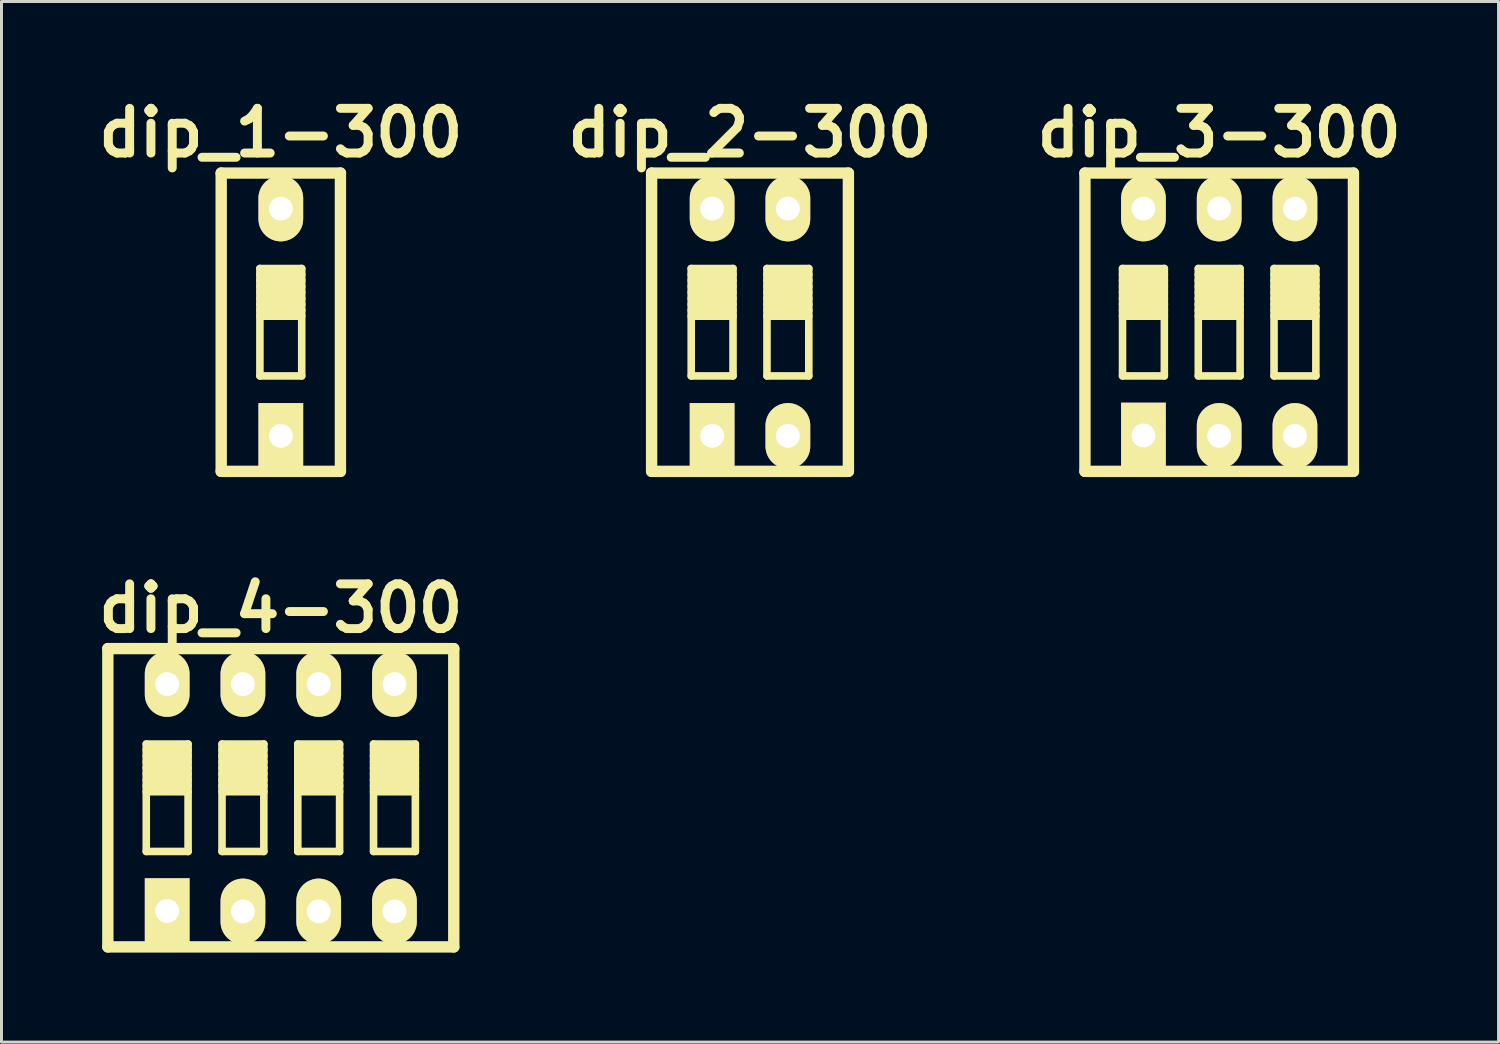
<source format=kicad_pcb>
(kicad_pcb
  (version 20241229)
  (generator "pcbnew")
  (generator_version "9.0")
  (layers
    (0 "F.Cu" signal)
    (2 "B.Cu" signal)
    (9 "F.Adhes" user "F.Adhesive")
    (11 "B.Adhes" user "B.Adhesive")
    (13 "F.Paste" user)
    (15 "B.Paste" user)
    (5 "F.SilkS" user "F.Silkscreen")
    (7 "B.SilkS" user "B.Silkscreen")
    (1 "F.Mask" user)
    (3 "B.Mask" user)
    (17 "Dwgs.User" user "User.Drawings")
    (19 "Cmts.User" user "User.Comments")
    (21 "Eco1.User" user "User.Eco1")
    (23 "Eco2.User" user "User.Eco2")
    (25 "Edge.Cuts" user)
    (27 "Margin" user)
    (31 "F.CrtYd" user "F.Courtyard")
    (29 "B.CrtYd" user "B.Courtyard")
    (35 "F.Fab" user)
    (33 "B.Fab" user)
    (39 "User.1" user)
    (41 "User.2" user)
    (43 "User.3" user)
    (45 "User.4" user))
  (footprint "dip_4-300"
    (layer "F.Cu")
    (at 6.365 23.697)
    (property "Reference" "dip_4-300" (at 0 -6.35 0) (layer "F.SilkS") (effects (font (size 1.499 1.499) (thickness 0.3))))
    (attr through_hole)
    (fp_line (start -5.799 -5.001) (end 5.799 -5.001) (stroke (width 0.381) (type solid)) (layer "F.SilkS"))
    (fp_line (start -5.799 5.001) (end -5.799 -5.001) (stroke (width 0.381) (type solid)) (layer "F.SilkS"))
    (fp_line (start -4.511 -1.801) (end -4.511 1.801) (stroke (width 0.254) (type solid)) (layer "F.SilkS"))
    (fp_line (start -4.511 -1.6) (end -3.109 -1.6) (stroke (width 0.254) (type solid)) (layer "F.SilkS"))
    (fp_line (start -4.511 -1.4) (end -3.109 -1.4) (stroke (width 0.254) (type solid)) (layer "F.SilkS"))
    (fp_line (start -4.511 -1.201) (end -3.109 -1.201) (stroke (width 0.254) (type solid)) (layer "F.SilkS"))
    (fp_line (start -4.511 -1.001) (end -3.109 -1.001) (stroke (width 0.254) (type solid)) (layer "F.SilkS"))
    (fp_line (start -4.511 -0.8) (end -3.109 -0.8) (stroke (width 0.254) (type solid)) (layer "F.SilkS"))
    (fp_line (start -4.511 -0.599) (end -3.109 -0.599) (stroke (width 0.254) (type solid)) (layer "F.SilkS"))
    (fp_line (start -4.511 -0.401) (end -3.109 -0.401) (stroke (width 0.254) (type solid)) (layer "F.SilkS"))
    (fp_line (start -4.511 -0.201) (end -3.109 -0.201) (stroke (width 0.254) (type solid)) (layer "F.SilkS"))
    (fp_line (start -4.511 1.801) (end -3.109 1.801) (stroke (width 0.254) (type solid)) (layer "F.SilkS"))
    (fp_line (start -3.109 -1.801) (end -4.511 -1.801) (stroke (width 0.254) (type solid)) (layer "F.SilkS"))
    (fp_line (start -3.109 1.801) (end -3.109 -1.801) (stroke (width 0.254) (type solid)) (layer "F.SilkS"))
    (fp_line (start -1.971 -1.801) (end -1.971 1.801) (stroke (width 0.254) (type solid)) (layer "F.SilkS"))
    (fp_line (start -1.971 -1.6) (end -0.569 -1.6) (stroke (width 0.254) (type solid)) (layer "F.SilkS"))
    (fp_line (start -1.971 -1.4) (end -0.569 -1.4) (stroke (width 0.254) (type solid)) (layer "F.SilkS"))
    (fp_line (start -1.971 -1.201) (end -0.569 -1.201) (stroke (width 0.254) (type solid)) (layer "F.SilkS"))
    (fp_line (start -1.971 -1.001) (end -0.569 -1.001) (stroke (width 0.254) (type solid)) (layer "F.SilkS"))
    (fp_line (start -1.971 -0.8) (end -0.569 -0.8) (stroke (width 0.254) (type solid)) (layer "F.SilkS"))
    (fp_line (start -1.971 -0.599) (end -0.569 -0.599) (stroke (width 0.254) (type solid)) (layer "F.SilkS"))
    (fp_line (start -1.971 -0.401) (end -0.569 -0.401) (stroke (width 0.254) (type solid)) (layer "F.SilkS"))
    (fp_line (start -1.971 -0.201) (end -0.569 -0.201) (stroke (width 0.254) (type solid)) (layer "F.SilkS"))
    (fp_line (start -1.971 1.801) (end -0.569 1.801) (stroke (width 0.254) (type solid)) (layer "F.SilkS"))
    (fp_line (start -0.569 -1.801) (end -1.971 -1.801) (stroke (width 0.254) (type solid)) (layer "F.SilkS"))
    (fp_line (start -0.569 1.801) (end -0.569 -1.801) (stroke (width 0.254) (type solid)) (layer "F.SilkS"))
    (fp_line (start 0.569 -1.801) (end 0.569 1.801) (stroke (width 0.254) (type solid)) (layer "F.SilkS"))
    (fp_line (start 0.569 -1.6) (end 1.971 -1.6) (stroke (width 0.254) (type solid)) (layer "F.SilkS"))
    (fp_line (start 0.569 -1.4) (end 1.971 -1.4) (stroke (width 0.254) (type solid)) (layer "F.SilkS"))
    (fp_line (start 0.569 -1.201) (end 1.971 -1.201) (stroke (width 0.254) (type solid)) (layer "F.SilkS"))
    (fp_line (start 0.569 -1.001) (end 1.971 -1.001) (stroke (width 0.254) (type solid)) (layer "F.SilkS"))
    (fp_line (start 0.569 -0.8) (end 1.971 -0.8) (stroke (width 0.254) (type solid)) (layer "F.SilkS"))
    (fp_line (start 0.569 -0.599) (end 1.971 -0.599) (stroke (width 0.254) (type solid)) (layer "F.SilkS"))
    (fp_line (start 0.569 -0.401) (end 1.971 -0.401) (stroke (width 0.254) (type solid)) (layer "F.SilkS"))
    (fp_line (start 0.569 -0.201) (end 1.971 -0.201) (stroke (width 0.254) (type solid)) (layer "F.SilkS"))
    (fp_line (start 0.569 1.801) (end 1.971 1.801) (stroke (width 0.254) (type solid)) (layer "F.SilkS"))
    (fp_line (start 1.971 -1.801) (end 0.569 -1.801) (stroke (width 0.254) (type solid)) (layer "F.SilkS"))
    (fp_line (start 1.971 1.801) (end 1.971 -1.801) (stroke (width 0.254) (type solid)) (layer "F.SilkS"))
    (fp_line (start 3.109 -1.801) (end 3.109 1.801) (stroke (width 0.254) (type solid)) (layer "F.SilkS"))
    (fp_line (start 3.109 -1.6) (end 4.511 -1.6) (stroke (width 0.254) (type solid)) (layer "F.SilkS"))
    (fp_line (start 3.109 -1.4) (end 4.511 -1.4) (stroke (width 0.254) (type solid)) (layer "F.SilkS"))
    (fp_line (start 3.109 -1.201) (end 4.511 -1.201) (stroke (width 0.254) (type solid)) (layer "F.SilkS"))
    (fp_line (start 3.109 -1.001) (end 4.511 -1.001) (stroke (width 0.254) (type solid)) (layer "F.SilkS"))
    (fp_line (start 3.109 -0.8) (end 4.511 -0.8) (stroke (width 0.254) (type solid)) (layer "F.SilkS"))
    (fp_line (start 3.109 -0.599) (end 4.511 -0.599) (stroke (width 0.254) (type solid)) (layer "F.SilkS"))
    (fp_line (start 3.109 -0.401) (end 4.511 -0.401) (stroke (width 0.254) (type solid)) (layer "F.SilkS"))
    (fp_line (start 3.109 -0.201) (end 4.511 -0.201) (stroke (width 0.254) (type solid)) (layer "F.SilkS"))
    (fp_line (start 3.109 1.801) (end 4.511 1.801) (stroke (width 0.254) (type solid)) (layer "F.SilkS"))
    (fp_line (start 4.511 -1.801) (end 3.109 -1.801) (stroke (width 0.254) (type solid)) (layer "F.SilkS"))
    (fp_line (start 4.511 1.801) (end 4.511 -1.801) (stroke (width 0.254) (type solid)) (layer "F.SilkS"))
    (fp_line (start 5.799 -4.999) (end 5.799 5.001) (stroke (width 0.381) (type solid)) (layer "F.SilkS"))
    (fp_line (start 5.799 5.001) (end -5.799 5.001) (stroke (width 0.381) (type solid)) (layer "F.SilkS"))
    (pad "1" thru_hole rect (at -3.81 3.797) (size 1.499 2.197) (drill 0.8) (layers "*.Cu" "*.Mask" "F.SilkS"))
    (pad "2" thru_hole oval (at -1.27 3.81) (size 1.499 2.197) (drill 0.8) (layers "*.Cu" "*.Mask" "F.SilkS"))
    (pad "3" thru_hole oval (at 1.27 3.81) (size 1.499 2.197) (drill 0.8) (layers "*.Cu" "*.Mask" "F.SilkS"))
    (pad "4" thru_hole oval (at 3.81 3.81) (size 1.499 2.197) (drill 0.8) (layers "*.Cu" "*.Mask" "F.SilkS"))
    (pad "5" thru_hole oval (at 3.81 -3.81) (size 1.499 2.197) (drill 0.8) (layers "*.Cu" "*.Mask" "F.SilkS"))
    (pad "6" thru_hole oval (at 1.27 -3.81) (size 1.499 2.197) (drill 0.8) (layers "*.Cu" "*.Mask" "F.SilkS"))
    (pad "7" thru_hole oval (at -1.27 -3.81) (size 1.499 2.197) (drill 0.8) (layers "*.Cu" "*.Mask" "F.SilkS"))
    (pad "8" thru_hole oval (at -3.81 -3.81) (size 1.499 2.197) (drill 0.8) (layers "*.Cu" "*.Mask" "F.SilkS")))
  (footprint "dip_1-300"
    (layer "F.Cu")
    (at 6.365 7.753)
    (property "Reference" "dip_1-300" (at 0 -6.35 0) (layer "F.SilkS") (effects (font (size 1.499 1.499) (thickness 0.3))))
    (attr through_hole)
    (fp_line (start -1.999 -5.001) (end 1.999 -5.001) (stroke (width 0.381) (type solid)) (layer "F.SilkS"))
    (fp_line (start -1.999 5.001) (end -1.999 -5.001) (stroke (width 0.381) (type solid)) (layer "F.SilkS"))
    (fp_line (start -0.701 -1.801) (end -0.701 1.801) (stroke (width 0.254) (type solid)) (layer "F.SilkS"))
    (fp_line (start -0.701 -1.6) (end 0.701 -1.6) (stroke (width 0.254) (type solid)) (layer "F.SilkS"))
    (fp_line (start -0.701 -1.4) (end 0.701 -1.4) (stroke (width 0.254) (type solid)) (layer "F.SilkS"))
    (fp_line (start -0.701 -1.201) (end 0.701 -1.201) (stroke (width 0.254) (type solid)) (layer "F.SilkS"))
    (fp_line (start -0.701 -1.001) (end 0.701 -1.001) (stroke (width 0.254) (type solid)) (layer "F.SilkS"))
    (fp_line (start -0.701 -0.8) (end 0.701 -0.8) (stroke (width 0.254) (type solid)) (layer "F.SilkS"))
    (fp_line (start -0.701 -0.599) (end 0.701 -0.599) (stroke (width 0.254) (type solid)) (layer "F.SilkS"))
    (fp_line (start -0.701 -0.401) (end 0.701 -0.401) (stroke (width 0.254) (type solid)) (layer "F.SilkS"))
    (fp_line (start -0.701 -0.201) (end 0.701 -0.201) (stroke (width 0.254) (type solid)) (layer "F.SilkS"))
    (fp_line (start -0.701 1.801) (end 0.701 1.801) (stroke (width 0.254) (type solid)) (layer "F.SilkS"))
    (fp_line (start 0.701 -1.801) (end -0.701 -1.801) (stroke (width 0.254) (type solid)) (layer "F.SilkS"))
    (fp_line (start 0.701 1.801) (end 0.701 -1.801) (stroke (width 0.254) (type solid)) (layer "F.SilkS"))
    (fp_line (start 1.999 -5.001) (end 1.999 5.001) (stroke (width 0.381) (type solid)) (layer "F.SilkS"))
    (fp_line (start 1.999 5.001) (end -1.999 5.001) (stroke (width 0.381) (type solid)) (layer "F.SilkS"))
    (pad "1" thru_hole rect (at 0 3.81) (size 1.499 2.197) (drill 0.8) (layers "*.Cu" "*.Mask" "F.SilkS"))
    (pad "2" thru_hole oval (at 0 -3.81) (size 1.499 2.197) (drill 0.8) (layers "*.Cu" "*.Mask" "F.SilkS")))
  (footprint "dip_3-300"
    (layer "F.Cu")
    (at 37.827 7.753)
    (property "Reference" "dip_3-300" (at 0 -6.35 0) (layer "F.SilkS") (effects (font (size 1.499 1.499) (thickness 0.3))))
    (attr through_hole)
    (fp_line (start -4.501 -5.001) (end 4.501 -5.001) (stroke (width 0.381) (type solid)) (layer "F.SilkS"))
    (fp_line (start -4.501 5.001) (end -4.501 -5.001) (stroke (width 0.381) (type solid)) (layer "F.SilkS"))
    (fp_line (start -3.241 -1.801) (end -3.241 1.801) (stroke (width 0.254) (type solid)) (layer "F.SilkS"))
    (fp_line (start -3.241 -1.6) (end -1.839 -1.6) (stroke (width 0.254) (type solid)) (layer "F.SilkS"))
    (fp_line (start -3.241 -1.4) (end -1.839 -1.4) (stroke (width 0.254) (type solid)) (layer "F.SilkS"))
    (fp_line (start -3.241 -1.201) (end -1.839 -1.201) (stroke (width 0.254) (type solid)) (layer "F.SilkS"))
    (fp_line (start -3.241 -1.001) (end -1.839 -1.001) (stroke (width 0.254) (type solid)) (layer "F.SilkS"))
    (fp_line (start -3.241 -0.8) (end -1.839 -0.8) (stroke (width 0.254) (type solid)) (layer "F.SilkS"))
    (fp_line (start -3.241 -0.599) (end -1.839 -0.599) (stroke (width 0.254) (type solid)) (layer "F.SilkS"))
    (fp_line (start -3.241 -0.401) (end -1.839 -0.401) (stroke (width 0.254) (type solid)) (layer "F.SilkS"))
    (fp_line (start -3.241 -0.201) (end -1.839 -0.201) (stroke (width 0.254) (type solid)) (layer "F.SilkS"))
    (fp_line (start -3.241 1.801) (end -1.839 1.801) (stroke (width 0.254) (type solid)) (layer "F.SilkS"))
    (fp_line (start -1.839 -1.801) (end -3.241 -1.801) (stroke (width 0.254) (type solid)) (layer "F.SilkS"))
    (fp_line (start -1.839 1.801) (end -1.839 -1.801) (stroke (width 0.254) (type solid)) (layer "F.SilkS"))
    (fp_line (start -0.701 -1.801) (end -0.701 1.801) (stroke (width 0.254) (type solid)) (layer "F.SilkS"))
    (fp_line (start -0.701 -1.6) (end 0.701 -1.6) (stroke (width 0.254) (type solid)) (layer "F.SilkS"))
    (fp_line (start -0.701 -1.4) (end 0.701 -1.4) (stroke (width 0.254) (type solid)) (layer "F.SilkS"))
    (fp_line (start -0.701 -1.201) (end 0.701 -1.201) (stroke (width 0.254) (type solid)) (layer "F.SilkS"))
    (fp_line (start -0.701 -1.001) (end 0.701 -1.001) (stroke (width 0.254) (type solid)) (layer "F.SilkS"))
    (fp_line (start -0.701 -0.8) (end 0.701 -0.8) (stroke (width 0.254) (type solid)) (layer "F.SilkS"))
    (fp_line (start -0.701 -0.599) (end 0.701 -0.599) (stroke (width 0.254) (type solid)) (layer "F.SilkS"))
    (fp_line (start -0.701 -0.401) (end 0.701 -0.401) (stroke (width 0.254) (type solid)) (layer "F.SilkS"))
    (fp_line (start -0.701 -0.201) (end 0.701 -0.201) (stroke (width 0.254) (type solid)) (layer "F.SilkS"))
    (fp_line (start -0.701 1.801) (end 0.701 1.801) (stroke (width 0.254) (type solid)) (layer "F.SilkS"))
    (fp_line (start 0.701 -1.801) (end -0.701 -1.801) (stroke (width 0.254) (type solid)) (layer "F.SilkS"))
    (fp_line (start 0.701 1.801) (end 0.701 -1.801) (stroke (width 0.254) (type solid)) (layer "F.SilkS"))
    (fp_line (start 1.839 -1.801) (end 1.839 1.801) (stroke (width 0.254) (type solid)) (layer "F.SilkS"))
    (fp_line (start 1.839 -1.6) (end 3.241 -1.6) (stroke (width 0.254) (type solid)) (layer "F.SilkS"))
    (fp_line (start 1.839 -1.4) (end 3.241 -1.4) (stroke (width 0.254) (type solid)) (layer "F.SilkS"))
    (fp_line (start 1.839 -1.201) (end 3.241 -1.201) (stroke (width 0.254) (type solid)) (layer "F.SilkS"))
    (fp_line (start 1.839 -1.001) (end 3.241 -1.001) (stroke (width 0.254) (type solid)) (layer "F.SilkS"))
    (fp_line (start 1.839 -0.8) (end 3.241 -0.8) (stroke (width 0.254) (type solid)) (layer "F.SilkS"))
    (fp_line (start 1.839 -0.599) (end 3.241 -0.599) (stroke (width 0.254) (type solid)) (layer "F.SilkS"))
    (fp_line (start 1.839 -0.401) (end 3.241 -0.401) (stroke (width 0.254) (type solid)) (layer "F.SilkS"))
    (fp_line (start 1.839 -0.201) (end 3.241 -0.201) (stroke (width 0.254) (type solid)) (layer "F.SilkS"))
    (fp_line (start 1.839 1.801) (end 3.241 1.801) (stroke (width 0.254) (type solid)) (layer "F.SilkS"))
    (fp_line (start 3.241 -1.801) (end 1.839 -1.801) (stroke (width 0.254) (type solid)) (layer "F.SilkS"))
    (fp_line (start 3.241 1.801) (end 3.241 -1.801) (stroke (width 0.254) (type solid)) (layer "F.SilkS"))
    (fp_line (start 4.501 -4.999) (end 4.501 5.001) (stroke (width 0.381) (type solid)) (layer "F.SilkS"))
    (fp_line (start 4.501 5.001) (end -4.501 5.001) (stroke (width 0.381) (type solid)) (layer "F.SilkS"))
    (pad "1" thru_hole rect (at -2.54 3.797) (size 1.499 2.197) (drill 0.8) (layers "*.Cu" "*.Mask" "F.SilkS"))
    (pad "2" thru_hole oval (at 0 3.81) (size 1.499 2.197) (drill 0.8) (layers "*.Cu" "*.Mask" "F.SilkS"))
    (pad "3" thru_hole oval (at 2.54 3.81) (size 1.499 2.197) (drill 0.8) (layers "*.Cu" "*.Mask" "F.SilkS"))
    (pad "4" thru_hole oval (at 2.54 -3.81) (size 1.499 2.197) (drill 0.8) (layers "*.Cu" "*.Mask" "F.SilkS"))
    (pad "5" thru_hole oval (at 0 -3.81) (size 1.499 2.197) (drill 0.8) (layers "*.Cu" "*.Mask" "F.SilkS"))
    (pad "6" thru_hole oval (at -2.54 -3.81) (size 1.499 2.197) (drill 0.8) (layers "*.Cu" "*.Mask" "F.SilkS")))
  (footprint "dip_2-300"
    (layer "F.Cu")
    (at 22.096 7.753)
    (property "Reference" "dip_2-300" (at 0 -6.35 0) (layer "F.SilkS") (effects (font (size 1.499 1.499) (thickness 0.3))))
    (attr through_hole)
    (fp_line (start -3.299 -5.001) (end 3.299 -5.001) (stroke (width 0.381) (type solid)) (layer "F.SilkS"))
    (fp_line (start -3.299 5.001) (end -3.299 -5.001) (stroke (width 0.381) (type solid)) (layer "F.SilkS"))
    (fp_line (start -3.299 5.001) (end 3.299 5.001) (stroke (width 0.381) (type solid)) (layer "F.SilkS"))
    (fp_line (start -1.971 -1.801) (end -1.971 1.801) (stroke (width 0.254) (type solid)) (layer "F.SilkS"))
    (fp_line (start -1.971 -1.6) (end -0.569 -1.6) (stroke (width 0.254) (type solid)) (layer "F.SilkS"))
    (fp_line (start -1.971 -1.4) (end -0.569 -1.4) (stroke (width 0.254) (type solid)) (layer "F.SilkS"))
    (fp_line (start -1.971 -1.201) (end -0.569 -1.201) (stroke (width 0.254) (type solid)) (layer "F.SilkS"))
    (fp_line (start -1.971 -1.001) (end -0.569 -1.001) (stroke (width 0.254) (type solid)) (layer "F.SilkS"))
    (fp_line (start -1.971 -0.8) (end -0.569 -0.8) (stroke (width 0.254) (type solid)) (layer "F.SilkS"))
    (fp_line (start -1.971 -0.599) (end -0.569 -0.599) (stroke (width 0.254) (type solid)) (layer "F.SilkS"))
    (fp_line (start -1.971 -0.401) (end -0.569 -0.401) (stroke (width 0.254) (type solid)) (layer "F.SilkS"))
    (fp_line (start -1.971 -0.201) (end -0.569 -0.201) (stroke (width 0.254) (type solid)) (layer "F.SilkS"))
    (fp_line (start -1.971 1.801) (end -0.569 1.801) (stroke (width 0.254) (type solid)) (layer "F.SilkS"))
    (fp_line (start -0.569 -1.801) (end -1.971 -1.801) (stroke (width 0.254) (type solid)) (layer "F.SilkS"))
    (fp_line (start -0.569 1.801) (end -0.569 -1.801) (stroke (width 0.254) (type solid)) (layer "F.SilkS"))
    (fp_line (start 0.569 -1.801) (end 0.569 1.801) (stroke (width 0.254) (type solid)) (layer "F.SilkS"))
    (fp_line (start 0.569 -1.6) (end 1.971 -1.6) (stroke (width 0.254) (type solid)) (layer "F.SilkS"))
    (fp_line (start 0.569 -1.4) (end 1.971 -1.4) (stroke (width 0.254) (type solid)) (layer "F.SilkS"))
    (fp_line (start 0.569 -1.201) (end 1.971 -1.201) (stroke (width 0.254) (type solid)) (layer "F.SilkS"))
    (fp_line (start 0.569 -1.001) (end 1.971 -1.001) (stroke (width 0.254) (type solid)) (layer "F.SilkS"))
    (fp_line (start 0.569 -0.8) (end 1.971 -0.8) (stroke (width 0.254) (type solid)) (layer "F.SilkS"))
    (fp_line (start 0.569 -0.599) (end 1.971 -0.599) (stroke (width 0.254) (type solid)) (layer "F.SilkS"))
    (fp_line (start 0.569 -0.401) (end 1.971 -0.401) (stroke (width 0.254) (type solid)) (layer "F.SilkS"))
    (fp_line (start 0.569 -0.201) (end 1.971 -0.201) (stroke (width 0.254) (type solid)) (layer "F.SilkS"))
    (fp_line (start 0.569 1.801) (end 1.971 1.801) (stroke (width 0.254) (type solid)) (layer "F.SilkS"))
    (fp_line (start 1.971 -1.801) (end 0.569 -1.801) (stroke (width 0.254) (type solid)) (layer "F.SilkS"))
    (fp_line (start 1.971 1.801) (end 1.971 -1.801) (stroke (width 0.254) (type solid)) (layer "F.SilkS"))
    (fp_line (start 3.299 -4.999) (end 3.299 5.001) (stroke (width 0.381) (type solid)) (layer "F.SilkS"))
    (pad "1" thru_hole rect (at -1.27 3.81) (size 1.499 2.197) (drill 0.8) (layers "*.Cu" "*.Mask" "F.SilkS"))
    (pad "2" thru_hole oval (at 1.27 3.81) (size 1.499 2.197) (drill 0.8) (layers "*.Cu" "*.Mask" "F.SilkS"))
    (pad "3" thru_hole oval (at 1.27 -3.81) (size 1.499 2.197) (drill 0.8) (layers "*.Cu" "*.Mask" "F.SilkS"))
    (pad "4" thru_hole oval (at -1.27 -3.81) (size 1.499 2.197) (drill 0.8) (layers "*.Cu" "*.Mask" "F.SilkS")))
  (gr_rect
    (start -3 -3)
    (end 47.193 31.889)
    (stroke (width 0.1) (type default))
    (fill no)
    (layer "Edge.Cuts")))
</source>
